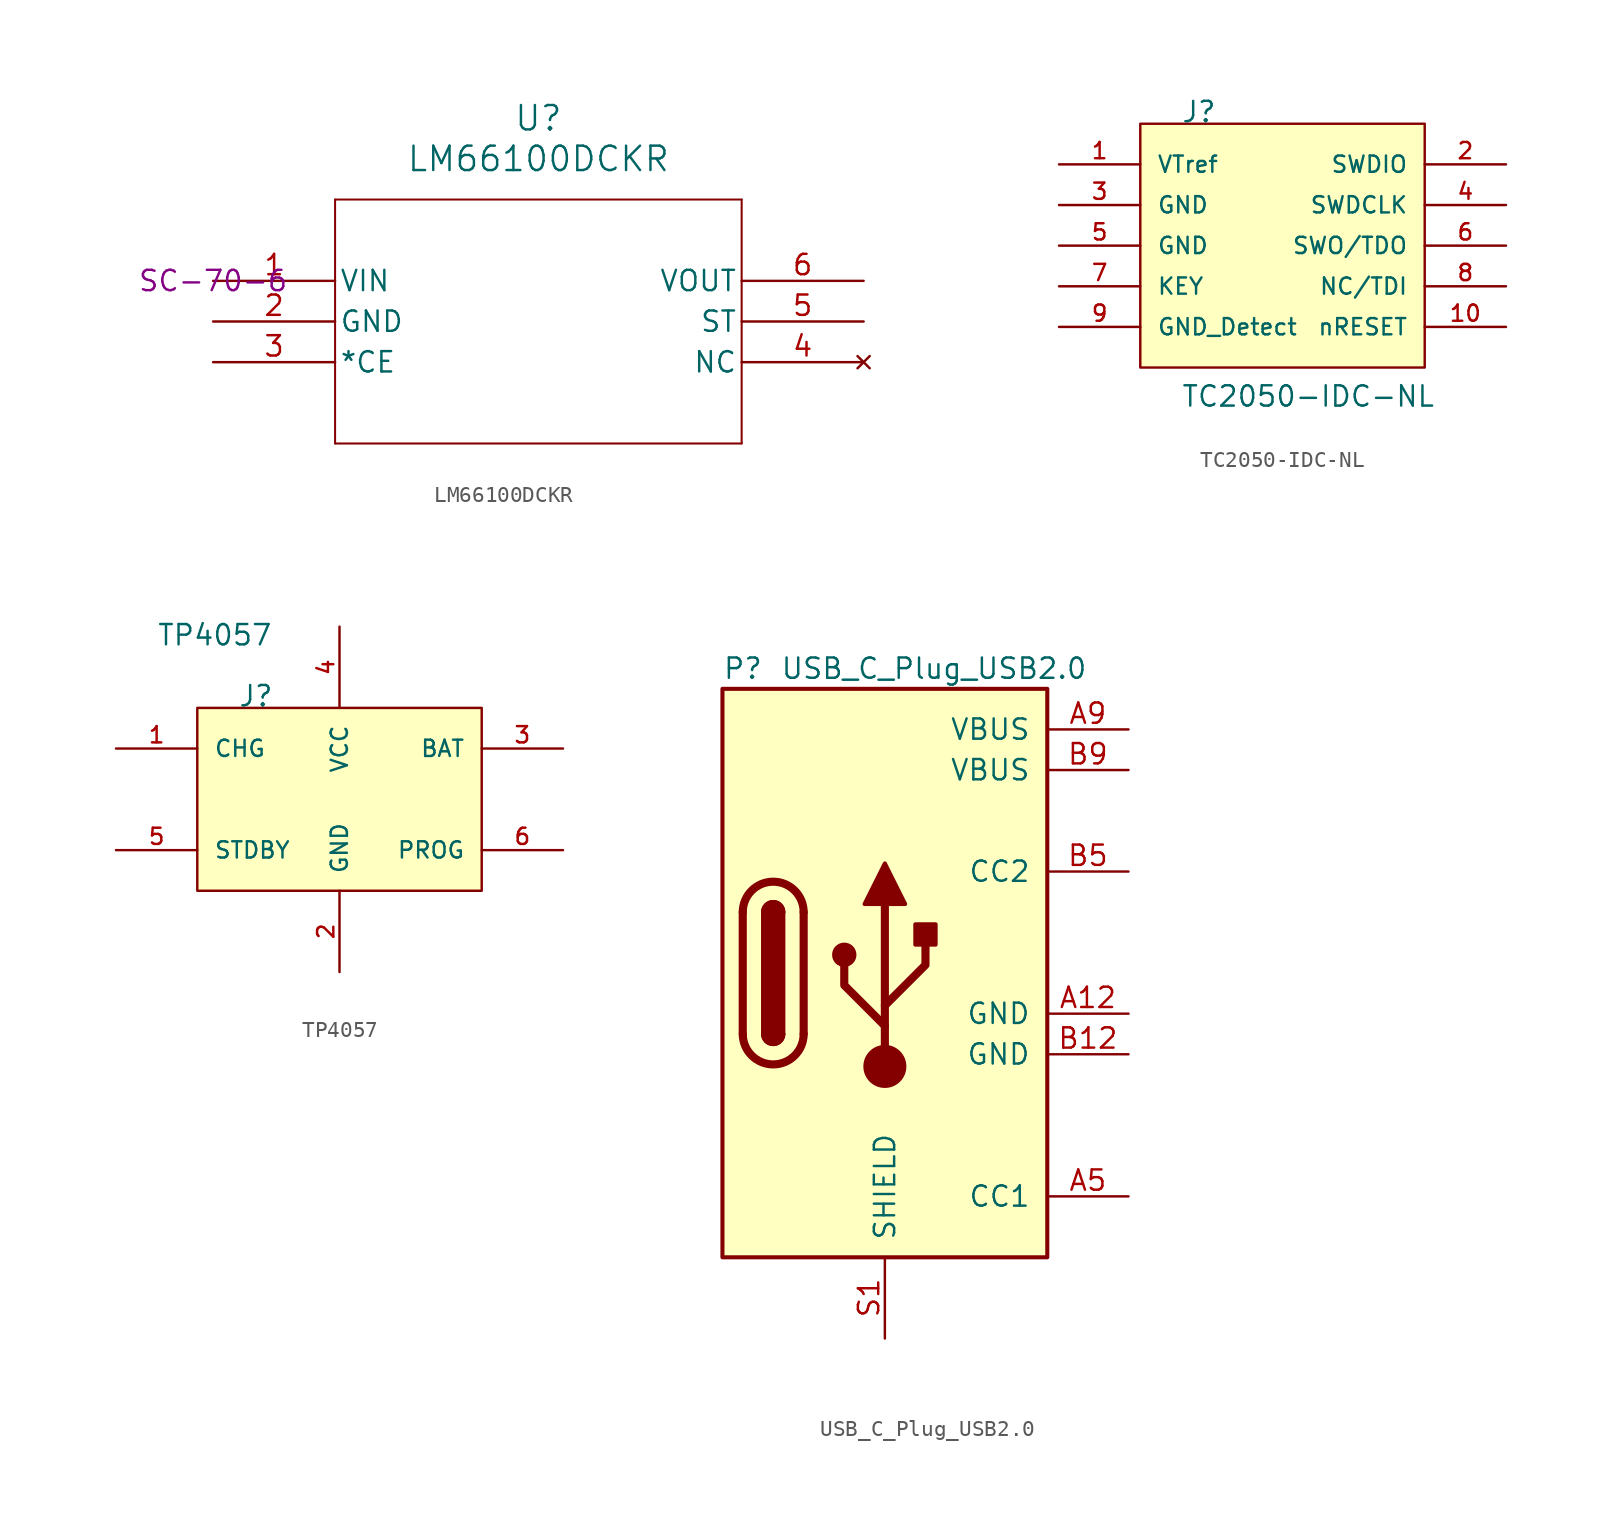
<source format=kicad_sym>
(kicad_symbol_lib
  (version 20211014)
  (generator kicad_symbol_editor)
  (symbol "LM66100DCKR"
    (pin_names
      (offset 0.254))
    (property "Reference" "U"
      (at 20.32 10.16 0)
      (effects (font (size 1.524 1.524))))
    (property "Value" "LM66100DCKR"
      (at 20.32 7.62 0)
      (effects (font (size 1.524 1.524))))
    (property "Package" "SC-70-6"
      (at 0 0 0)
      (effects (font (size 1.27 1.27))))
    (symbol "LM66100DCKR_0_1"
      (polyline (pts (xy 7.62 -10.16) (xy 33.02 -10.16)) (stroke (width 0.127) (type default) (color 0 0 0 0)) (fill (type none)))
      (polyline (pts (xy 7.62 5.08) (xy 7.62 -10.16)) (stroke (width 0.127) (type default) (color 0 0 0 0)) (fill (type none)))
      (polyline (pts (xy 33.02 -10.16) (xy 33.02 5.08)) (stroke (width 0.127) (type default) (color 0 0 0 0)) (fill (type none)))
      (polyline (pts (xy 33.02 5.08) (xy 7.62 5.08)) (stroke (width 0.127) (type default) (color 0 0 0 0)) (fill (type none)))
      (pin input line (at 0 0 0) (length 7.62) (name "VIN" (effects (font (size 1.27 1.27)))) (number "1" (effects (font (size 1.27 1.27)))))
      (pin power_in line (at 0 -2.54 0) (length 7.62) (name "GND" (effects (font (size 1.27 1.27)))) (number "2" (effects (font (size 1.27 1.27)))))
      (pin input line (at 0 -5.08 0) (length 7.62) (name "*CE" (effects (font (size 1.27 1.27)))) (number "3" (effects (font (size 1.27 1.27)))))
      (pin no_connect line (at 40.64 -5.08 180) (length 7.62) (name "NC" (effects (font (size 1.27 1.27)))) (number "4" (effects (font (size 1.27 1.27)))))
      (pin output line (at 40.64 -2.54 180) (length 7.62) (name "ST" (effects (font (size 1.27 1.27)))) (number "5" (effects (font (size 1.27 1.27)))))
      (pin output line (at 40.64 0 180) (length 7.62) (name "VOUT" (effects (font (size 1.27 1.27)))) (number "6" (effects (font (size 1.27 1.27)))))))
  (symbol "TC2050-IDC-NL"
    (pin_names
      (offset 1.016))
    (property "Reference" "J"
      (at -7.62 7.62 0)
      (effects (font (size 1.27 1.27)) (justify left bottom)))
    (property "Value" "TC2050-IDC-NL"
      (at -7.62 -10.16 0)
      (effects (font (size 1.27 1.27)) (justify left bottom)))
    (symbol "TC2050-IDC-NL_0_0"
      (rectangle (start -10.16 7.62) (end 7.62 -7.62) (stroke (width 0.152) (type default) (color 0 0 0 0)) (fill (type background)))
      (pin passive line (at -15.24 5.08 0) (length 5.08) (name "VTref" (effects (font (size 1.016 1.016)))) (number "1" (effects (font (size 1.016 1.016)))))
      (pin passive line (at 12.7 -5.08 180) (length 5.08) (name "nRESET" (effects (font (size 1.016 1.016)))) (number "10" (effects (font (size 1.016 1.016)))))
      (pin passive line (at 12.7 5.08 180) (length 5.08) (name "SWDIO" (effects (font (size 1.016 1.016)))) (number "2" (effects (font (size 1.016 1.016)))))
      (pin passive line (at -15.24 2.54 0) (length 5.08) (name "GND" (effects (font (size 1.016 1.016)))) (number "3" (effects (font (size 1.016 1.016)))))
      (pin passive line (at 12.7 2.54 180) (length 5.08) (name "SWDCLK" (effects (font (size 1.016 1.016)))) (number "4" (effects (font (size 1.016 1.016)))))
      (pin passive line (at -15.24 0 0) (length 5.08) (name "GND" (effects (font (size 1.016 1.016)))) (number "5" (effects (font (size 1.016 1.016)))))
      (pin passive line (at 12.7 0 180) (length 5.08) (name "SWO/TDO" (effects (font (size 1.016 1.016)))) (number "6" (effects (font (size 1.016 1.016)))))
      (pin passive line (at -15.24 -2.54 0) (length 5.08) (name "KEY" (effects (font (size 1.016 1.016)))) (number "7" (effects (font (size 1.016 1.016)))))
      (pin passive line (at 12.7 -2.54 180) (length 5.08) (name "NC/TDI" (effects (font (size 1.016 1.016)))) (number "8" (effects (font (size 1.016 1.016)))))
      (pin passive line (at -15.24 -5.08 0) (length 5.08) (name "GND_Detect" (effects (font (size 1.016 1.016)))) (number "9" (effects (font (size 1.016 1.016)))))))
  (symbol "TP4057"
    (pin_names
      (offset 1.016))
    (property "Reference" "J"
      (at -7.62 7.62 0)
      (effects (font (size 1.27 1.27)) (justify left bottom)))
    (property "Value" "TP4057"
      (at -12.7 11.43 0)
      (effects (font (size 1.27 1.27)) (justify left bottom)))
    (symbol "TP4057_0_0"
      (rectangle (start -10.16 7.62) (end 7.62 -3.81) (stroke (width 0.152) (type default) (color 0 0 0 0)) (fill (type background)))
      (pin passive line (at -15.24 5.08 0) (length 5.08) (name "CHG" (effects (font (size 1.016 1.016)))) (number "1" (effects (font (size 1.016 1.016)))))
      (pin passive line (at -1.27 -8.89 90) (length 5.08) (name "GND" (effects (font (size 1.016 1.016)))) (number "2" (effects (font (size 1.016 1.016)))))
      (pin passive line (at 12.7 5.08 180) (length 5.08) (name "BAT" (effects (font (size 1.016 1.016)))) (number "3" (effects (font (size 1.016 1.016)))))
      (pin passive line (at -1.27 12.7 270) (length 5.08) (name "VCC" (effects (font (size 1.016 1.016)))) (number "4" (effects (font (size 1.016 1.016)))))
      (pin passive line (at -15.24 -1.27 0) (length 5.08) (name "STDBY" (effects (font (size 1.016 1.016)))) (number "5" (effects (font (size 1.016 1.016)))))
      (pin passive line (at 12.7 -1.27 180) (length 5.08) (name "PROG" (effects (font (size 1.016 1.016)))) (number "6" (effects (font (size 1.016 1.016)))))))
  (symbol "USB_C_Plug_USB2.0"
    (pin_names
      (offset 1.016))
    (property "Reference" "P"
      (at -10.16 19.05 0)
      (effects (font (size 1.27 1.27)) (justify left)))
    (property "Value" "USB_C_Plug_USB2.0"
      (at 12.7 19.05 0)
      (effects (font (size 1.27 1.27)) (justify right)))
    (symbol "USB_C_Plug_USB2.0_0_1"
      (rectangle (start -10.16 17.78) (end 10.16 -17.78) (stroke (width 0.254) (type default) (color 0 0 0 0)) (fill (type background)))
      (arc (start -8.89 -3.81) (mid -6.985 -5.715) (end -5.08 -3.81) (stroke (width 0.508) (type default) (color 0 0 0 0)) (fill (type none)))
      (arc (start -7.62 -3.81) (mid -6.985 -4.445) (end -6.35 -3.81) (stroke (width 0.254) (type default) (color 0 0 0 0)) (fill (type none)))
      (arc (start -7.62 -3.81) (mid -6.985 -4.445) (end -6.35 -3.81) (stroke (width 0.254) (type default) (color 0 0 0 0)) (fill (type outline)))
      (rectangle (start -7.62 -3.81) (end -6.35 3.81) (stroke (width 0.254) (type default) (color 0 0 0 0)) (fill (type outline)))
      (arc (start -6.35 3.81) (mid -6.985 4.445) (end -7.62 3.81) (stroke (width 0.254) (type default) (color 0 0 0 0)) (fill (type none)))
      (arc (start -6.35 3.81) (mid -6.985 4.445) (end -7.62 3.81) (stroke (width 0.254) (type default) (color 0 0 0 0)) (fill (type outline)))
      (arc (start -5.08 3.81) (mid -6.985 5.715) (end -8.89 3.81) (stroke (width 0.508) (type default) (color 0 0 0 0)) (fill (type none)))
      (circle (center -2.54 1.143) (radius 0.635) (stroke (width 0.254) (type default) (color 0 0 0 0)) (fill (type outline)))
      (circle (center 0 -5.842) (radius 1.27) (stroke (width 0) (type default) (color 0 0 0 0)) (fill (type outline)))
      (polyline (pts (xy -8.89 -3.81) (xy -8.89 3.81)) (stroke (width 0.508) (type default) (color 0 0 0 0)) (fill (type none)))
      (polyline (pts (xy -5.08 3.81) (xy -5.08 -3.81)) (stroke (width 0.508) (type default) (color 0 0 0 0)) (fill (type none)))
      (polyline (pts (xy 0 -5.842) (xy 0 4.318)) (stroke (width 0.508) (type default) (color 0 0 0 0)) (fill (type none)))
      (polyline (pts (xy 0 -3.302) (xy -2.54 -0.762) (xy -2.54 0.508)) (stroke (width 0.508) (type default) (color 0 0 0 0)) (fill (type none)))
      (polyline (pts (xy 0 -2.032) (xy 2.54 0.508) (xy 2.54 1.778)) (stroke (width 0.508) (type default) (color 0 0 0 0)) (fill (type none)))
      (polyline (pts (xy -1.27 4.318) (xy 0 6.858) (xy 1.27 4.318) (xy -1.27 4.318)) (stroke (width 0.254) (type default) (color 0 0 0 0)) (fill (type outline)))
      (rectangle (start 1.905 1.778) (end 3.175 3.048) (stroke (width 0.254) (type default) (color 0 0 0 0)) (fill (type outline))))
    (symbol "USB_C_Plug_USB2.0_1_1"
      (pin power_out line (at 15.24 -2.54 180) (length 5.08) (name "GND" (effects (font (size 1.27 1.27)))) (number "A12" (effects (font (size 1.27 1.27)))))
      (pin bidirectional line (at 15.24 -13.97 180) (length 5.08) (name "CC1" (effects (font (size 1.27 1.27)))) (number "A5" (effects (font (size 1.27 1.27)))))
      (pin power_out line (at 15.24 15.24 180) (length 5.08) (name "VBUS" (effects (font (size 1.27 1.27)))) (number "A9" (effects (font (size 1.27 1.27)))))
      (pin power_out line (at 15.24 -5.08 180) (length 5.08) (name "GND" (effects (font (size 1.27 1.27)))) (number "B12" (effects (font (size 1.27 1.27)))))
      (pin bidirectional line (at 15.24 6.35 180) (length 5.08) (name "CC2" (effects (font (size 1.27 1.27)))) (number "B5" (effects (font (size 1.27 1.27)))))
      (pin power_out line (at 15.24 12.7 180) (length 5.08) (name "VBUS" (effects (font (size 1.27 1.27)))) (number "B9" (effects (font (size 1.27 1.27)))))
      (pin passive line (at 0 -22.86 90) (length 5.08) (name "SHIELD" (effects (font (size 1.27 1.27)))) (number "S1" (effects (font (size 1.27 1.27))))))))
</source>
